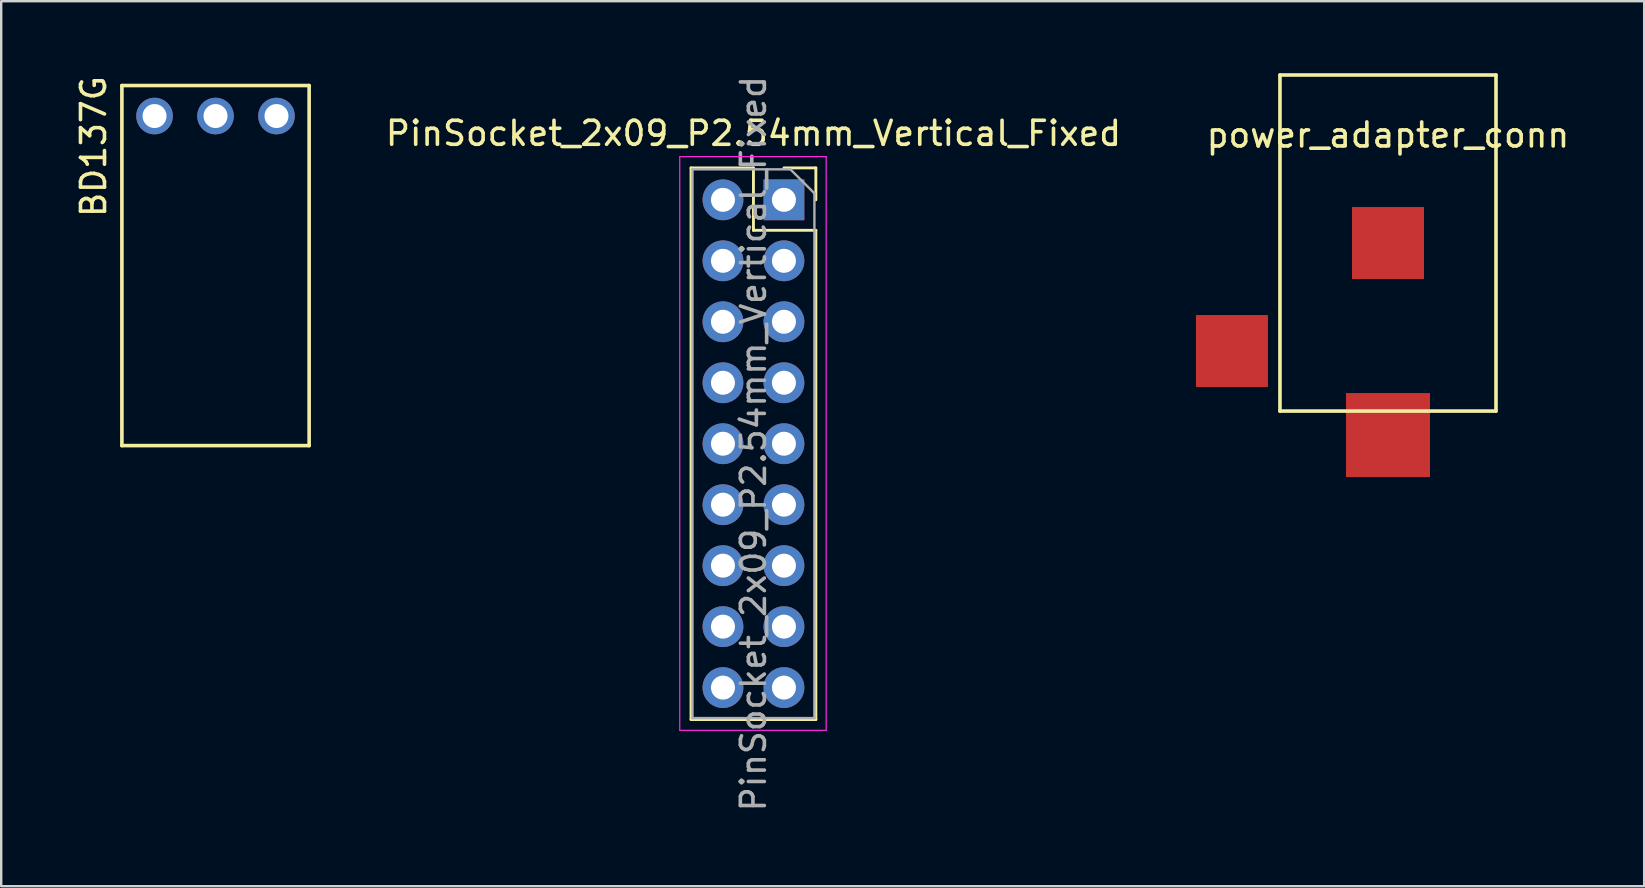
<source format=kicad_pcb>
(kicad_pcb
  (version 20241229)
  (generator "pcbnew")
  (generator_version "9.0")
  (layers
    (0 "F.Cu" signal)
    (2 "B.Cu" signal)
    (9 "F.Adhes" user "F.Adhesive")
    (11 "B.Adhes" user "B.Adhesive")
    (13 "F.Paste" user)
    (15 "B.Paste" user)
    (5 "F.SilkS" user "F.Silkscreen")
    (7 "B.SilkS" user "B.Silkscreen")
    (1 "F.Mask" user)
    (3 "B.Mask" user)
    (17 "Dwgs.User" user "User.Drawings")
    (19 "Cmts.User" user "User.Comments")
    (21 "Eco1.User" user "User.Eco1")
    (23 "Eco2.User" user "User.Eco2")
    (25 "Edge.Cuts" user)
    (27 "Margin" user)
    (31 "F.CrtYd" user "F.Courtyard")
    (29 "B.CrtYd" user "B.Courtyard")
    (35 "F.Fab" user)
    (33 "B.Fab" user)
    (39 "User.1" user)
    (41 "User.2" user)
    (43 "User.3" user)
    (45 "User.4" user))
  (footprint "BD137G"
    (layer "F.Cu")
    (at 5.928 0.514)
    (property "Reference" "BD137G" (at -5.08 2.54 90) (layer "F.SilkS") (effects (font (size 1 1) (thickness 0.15))))
    (attr through_hole)
    (fp_line (start -3.9 0) (end 3.9 0) (stroke (width 0.15) (type solid)) (layer "F.SilkS"))
    (fp_line (start -3.9 15) (end -3.9 0) (stroke (width 0.15) (type solid)) (layer "F.SilkS"))
    (fp_line (start -3.9 15) (end 3.9 15) (stroke (width 0.15) (type solid)) (layer "F.SilkS"))
    (fp_line (start 3.9 0) (end 3.9 15) (stroke (width 0.15) (type solid)) (layer "F.SilkS"))
    (pad "1" thru_hole circle (at -2.54 1.27) (size 1.524 1.524) (drill 1) (layers "*.Cu" "*.Mask"))
    (pad "2" thru_hole circle (at 0 1.27) (size 1.524 1.524) (drill 1) (layers "*.Cu" "*.Mask"))
    (pad "3" thru_hole circle (at 2.54 1.27) (size 1.524 1.524) (drill 1) (layers "*.Cu" "*.Mask")))
  (footprint "PinSocket_2x09_P2.54mm_Vertical_Fixed"
    (layer "F.Cu")
    (at 29.608 5.275)
    (property "Reference" "PinSocket_2x09_P2.54mm_Vertical_Fixed" (at -1.27 -2.77 0) (layer "F.SilkS") (effects (font (size 1 1) (thickness 0.15))))
    (attr through_hole)
    (fp_line (start -3.87 -1.33) (end -3.87 21.65) (stroke (width 0.12) (type solid)) (layer "F.SilkS"))
    (fp_line (start -3.87 -1.33) (end -1.27 -1.33) (stroke (width 0.12) (type solid)) (layer "F.SilkS"))
    (fp_line (start -3.87 21.65) (end 1.33 21.65) (stroke (width 0.12) (type solid)) (layer "F.SilkS"))
    (fp_line (start -1.27 -1.33) (end -1.27 1.27) (stroke (width 0.12) (type solid)) (layer "F.SilkS"))
    (fp_line (start -1.27 1.27) (end 1.33 1.27) (stroke (width 0.12) (type solid)) (layer "F.SilkS"))
    (fp_line (start 0 -1.33) (end 1.33 -1.33) (stroke (width 0.12) (type solid)) (layer "F.SilkS"))
    (fp_line (start 1.33 -1.33) (end 1.33 0) (stroke (width 0.12) (type solid)) (layer "F.SilkS"))
    (fp_line (start 1.33 1.27) (end 1.33 21.65) (stroke (width 0.12) (type solid)) (layer "F.SilkS"))
    (fp_line (start -4.34 -1.8) (end 1.76 -1.8) (stroke (width 0.05) (type solid)) (layer "F.CrtYd"))
    (fp_line (start -4.34 22.1) (end -4.34 -1.8) (stroke (width 0.05) (type solid)) (layer "F.CrtYd"))
    (fp_line (start 1.76 -1.8) (end 1.76 22.1) (stroke (width 0.05) (type solid)) (layer "F.CrtYd"))
    (fp_line (start 1.76 22.1) (end -4.34 22.1) (stroke (width 0.05) (type solid)) (layer "F.CrtYd"))
    (fp_line (start -3.81 -1.27) (end 0.27 -1.27) (stroke (width 0.1) (type solid)) (layer "F.Fab"))
    (fp_line (start -3.81 21.59) (end -3.81 -1.27) (stroke (width 0.1) (type solid)) (layer "F.Fab"))
    (fp_line (start 0.27 -1.27) (end 1.27 -0.27) (stroke (width 0.1) (type solid)) (layer "F.Fab"))
    (fp_line (start 1.27 -0.27) (end 1.27 21.59) (stroke (width 0.1) (type solid)) (layer "F.Fab"))
    (fp_line (start 1.27 21.59) (end -3.81 21.59) (stroke (width 0.1) (type solid)) (layer "F.Fab"))
    (fp_text user "${REFERENCE}" (at -1.27 10.16 90) (layer "F.Fab") (effects (font (size 1 1) (thickness 0.15))))
    (pad "1" thru_hole rect (at 0 0) (size 1.7 1.7) (drill 1) (layers "*.Cu" "*.Mask"))
    (pad "2" thru_hole circle (at -2.54 0) (size 1.7 1.7) (drill 1) (layers "*.Cu" "*.Mask"))
    (pad "3" thru_hole oval (at 0 2.54) (size 1.7 1.7) (drill 1) (layers "*.Cu" "*.Mask"))
    (pad "4" thru_hole oval (at -2.54 2.54) (size 1.7 1.7) (drill 1) (layers "*.Cu" "*.Mask"))
    (pad "5" thru_hole oval (at 0 5.08) (size 1.7 1.7) (drill 1) (layers "*.Cu" "*.Mask"))
    (pad "6" thru_hole oval (at -2.54 5.08) (size 1.7 1.7) (drill 1) (layers "*.Cu" "*.Mask"))
    (pad "7" thru_hole oval (at 0 7.62) (size 1.7 1.7) (drill 1) (layers "*.Cu" "*.Mask"))
    (pad "8" thru_hole oval (at -2.54 7.62) (size 1.7 1.7) (drill 1) (layers "*.Cu" "*.Mask"))
    (pad "9" thru_hole oval (at 0 10.16) (size 1.7 1.7) (drill 1) (layers "*.Cu" "*.Mask"))
    (pad "10" thru_hole oval (at -2.54 10.16) (size 1.7 1.7) (drill 1) (layers "*.Cu" "*.Mask"))
    (pad "11" thru_hole oval (at 0 12.7) (size 1.7 1.7) (drill 1) (layers "*.Cu" "*.Mask"))
    (pad "12" thru_hole oval (at -2.54 12.7) (size 1.7 1.7) (drill 1) (layers "*.Cu" "*.Mask"))
    (pad "13" thru_hole oval (at 0 15.24) (size 1.7 1.7) (drill 1) (layers "*.Cu" "*.Mask"))
    (pad "14" thru_hole oval (at -2.54 15.24) (size 1.7 1.7) (drill 1) (layers "*.Cu" "*.Mask"))
    (pad "15" thru_hole oval (at 0 17.78) (size 1.7 1.7) (drill 1) (layers "*.Cu" "*.Mask"))
    (pad "16" thru_hole oval (at -2.54 17.78) (size 1.7 1.7) (drill 1) (layers "*.Cu" "*.Mask"))
    (pad "17" thru_hole oval (at 0 20.32) (size 1.7 1.7) (drill 1) (layers "*.Cu" "*.Mask"))
    (pad "18" thru_hole oval (at -2.54 20.32) (size 1.7 1.7) (drill 1) (layers "*.Cu" "*.Mask")))
  (footprint "power_adapter_conn"
    (layer "F.Cu")
    (at 54.772 11.075)
    (property "Reference" "power_adapter_conn" (at 0 -8.5 0) (layer "F.SilkS") (effects (font (size 1 1) (thickness 0.15))))
    (attr through_hole)
    (fp_line (start -4.5 -11) (end 4.5 -11) (stroke (width 0.15) (type solid)) (layer "F.SilkS"))
    (fp_line (start -4.5 3) (end -4.5 -11) (stroke (width 0.15) (type solid)) (layer "F.SilkS"))
    (fp_line (start 4.5 -11) (end 4.5 3) (stroke (width 0.15) (type solid)) (layer "F.SilkS"))
    (fp_line (start 4.5 3) (end -4.5 3) (stroke (width 0.15) (type solid)) (layer "F.SilkS"))
    (pad "1" smd rect (at 0 -4) (size 3 3) (layers "F.Cu" "F.Mask" "F.Paste"))
    (pad "2" smd rect (at -6.5 0.5) (size 3 3) (layers "F.Cu" "F.Mask" "F.Paste"))
    (pad "3" smd rect (at 0 4) (size 3.5 3.5) (layers "F.Cu" "F.Mask" "F.Paste")))
  (gr_rect
    (start -3 -3)
    (end 65.445 33.869)
    (stroke (width 0.1) (type default))
    (fill no)
    (layer "Edge.Cuts")))
</source>
